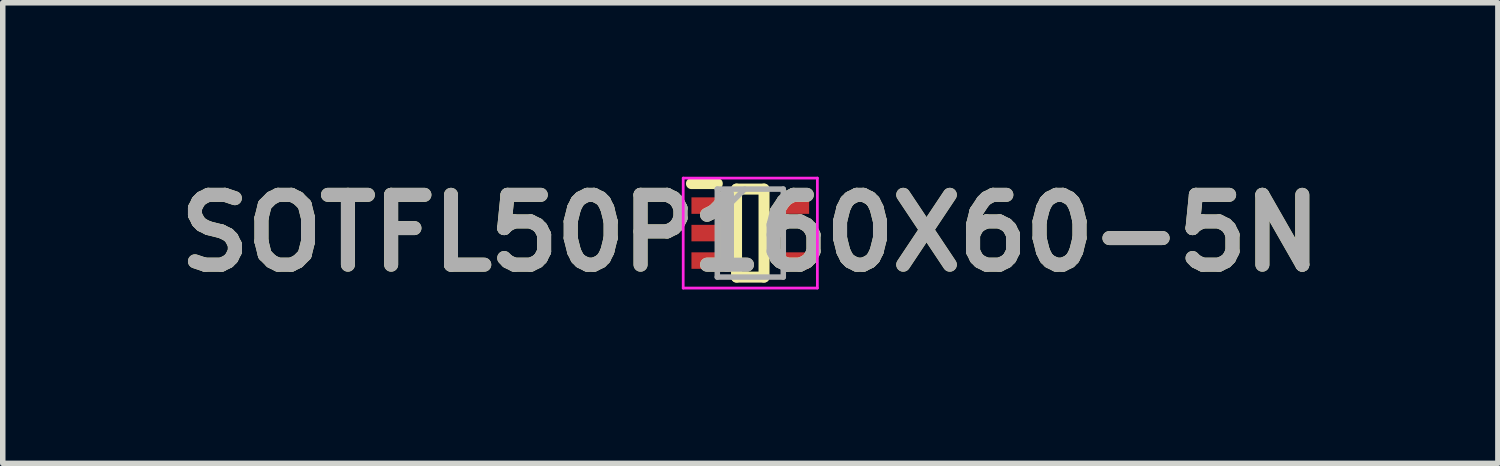
<source format=kicad_pcb>
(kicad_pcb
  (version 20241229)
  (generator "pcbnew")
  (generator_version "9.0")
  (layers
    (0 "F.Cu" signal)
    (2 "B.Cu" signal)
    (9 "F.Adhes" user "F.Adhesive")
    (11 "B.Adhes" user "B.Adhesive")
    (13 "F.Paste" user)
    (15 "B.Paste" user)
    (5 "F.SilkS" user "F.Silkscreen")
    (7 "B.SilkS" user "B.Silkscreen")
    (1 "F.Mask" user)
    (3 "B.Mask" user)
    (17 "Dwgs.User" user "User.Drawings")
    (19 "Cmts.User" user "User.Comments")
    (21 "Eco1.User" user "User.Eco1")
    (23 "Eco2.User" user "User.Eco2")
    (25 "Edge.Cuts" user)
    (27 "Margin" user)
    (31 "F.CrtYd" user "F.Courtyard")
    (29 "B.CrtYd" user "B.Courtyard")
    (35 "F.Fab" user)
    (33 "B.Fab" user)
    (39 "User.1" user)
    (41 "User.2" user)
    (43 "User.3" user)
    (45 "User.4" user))
  (footprint "SOTFL50P160X60-5N"
    (layer "F.Cu")
    (at 10.595 1.189)
    (property "Reference" "SOTFL50P160X60-5N" (at 0 0 0) (layer "F.SilkS") (effects (font (size 1.27 1.27) (thickness 0.254))))
    (attr smd)
    (fp_line (start -1.07 -0.9) (end -0.6 -0.9) (stroke (width 0.2) (type solid)) (layer "F.SilkS"))
    (fp_line (start -0.25 -0.8) (end 0.25 -0.8) (stroke (width 0.2) (type solid)) (layer "F.SilkS"))
    (fp_line (start -0.25 0.8) (end -0.25 -0.8) (stroke (width 0.2) (type solid)) (layer "F.SilkS"))
    (fp_line (start 0.25 -0.8) (end 0.25 0.8) (stroke (width 0.2) (type solid)) (layer "F.SilkS"))
    (fp_line (start 0.25 0.8) (end -0.25 0.8) (stroke (width 0.2) (type solid)) (layer "F.SilkS"))
    (fp_line (start -1.22 -1) (end 1.22 -1) (stroke (width 0.05) (type solid)) (layer "F.CrtYd"))
    (fp_line (start -1.22 1) (end -1.22 -1) (stroke (width 0.05) (type solid)) (layer "F.CrtYd"))
    (fp_line (start 1.22 -1) (end 1.22 1) (stroke (width 0.05) (type solid)) (layer "F.CrtYd"))
    (fp_line (start 1.22 1) (end -1.22 1) (stroke (width 0.05) (type solid)) (layer "F.CrtYd"))
    (fp_line (start -0.6 -0.8) (end 0.6 -0.8) (stroke (width 0.1) (type solid)) (layer "F.Fab"))
    (fp_line (start -0.6 -0.3) (end -0.1 -0.8) (stroke (width 0.1) (type solid)) (layer "F.Fab"))
    (fp_line (start -0.6 0.8) (end -0.6 -0.8) (stroke (width 0.1) (type solid)) (layer "F.Fab"))
    (fp_line (start 0.6 -0.8) (end 0.6 0.8) (stroke (width 0.1) (type solid)) (layer "F.Fab"))
    (fp_line (start 0.6 0.8) (end -0.6 0.8) (stroke (width 0.1) (type solid)) (layer "F.Fab"))
    (fp_text user "${REFERENCE}" (at 0 0 0) (layer "F.Fab") (effects (font (size 1.27 1.27) (thickness 0.254))))
    (pad "1" smd rect (at -0.835 -0.5 90) (size 0.3 0.47) (layers "F.Cu" "F.Mask" "F.Paste"))
    (pad "2" smd rect (at -0.835 0 90) (size 0.3 0.47) (layers "F.Cu" "F.Mask" "F.Paste"))
    (pad "3" smd rect (at -0.835 0.5 90) (size 0.3 0.47) (layers "F.Cu" "F.Mask" "F.Paste"))
    (pad "4" smd rect (at 0.835 0.5 90) (size 0.3 0.47) (layers "F.Cu" "F.Mask" "F.Paste"))
    (pad "5" smd rect (at 0.835 -0.5 90) (size 0.3 0.47) (layers "F.Cu" "F.Mask" "F.Paste")))
  (gr_rect
    (start -3 -3)
    (end 24.191 5.377)
    (stroke (width 0.1) (type default))
    (fill no)
    (layer "Edge.Cuts")))
</source>
